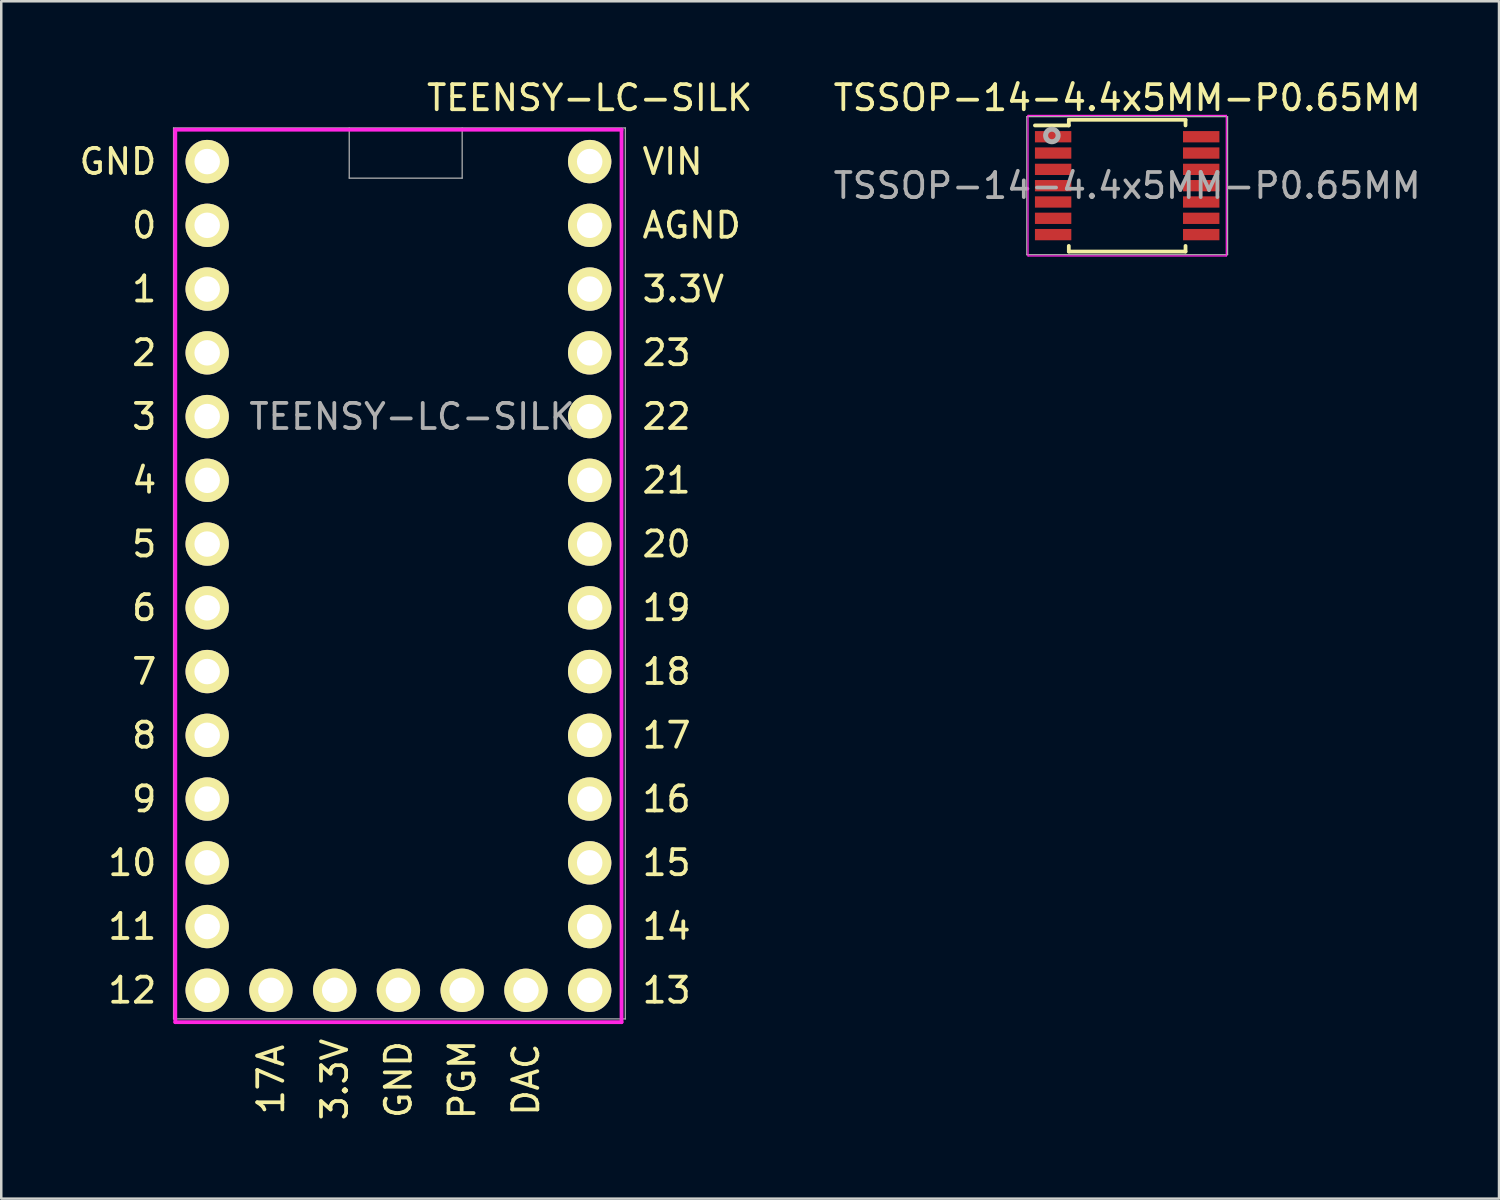
<source format=kicad_pcb>
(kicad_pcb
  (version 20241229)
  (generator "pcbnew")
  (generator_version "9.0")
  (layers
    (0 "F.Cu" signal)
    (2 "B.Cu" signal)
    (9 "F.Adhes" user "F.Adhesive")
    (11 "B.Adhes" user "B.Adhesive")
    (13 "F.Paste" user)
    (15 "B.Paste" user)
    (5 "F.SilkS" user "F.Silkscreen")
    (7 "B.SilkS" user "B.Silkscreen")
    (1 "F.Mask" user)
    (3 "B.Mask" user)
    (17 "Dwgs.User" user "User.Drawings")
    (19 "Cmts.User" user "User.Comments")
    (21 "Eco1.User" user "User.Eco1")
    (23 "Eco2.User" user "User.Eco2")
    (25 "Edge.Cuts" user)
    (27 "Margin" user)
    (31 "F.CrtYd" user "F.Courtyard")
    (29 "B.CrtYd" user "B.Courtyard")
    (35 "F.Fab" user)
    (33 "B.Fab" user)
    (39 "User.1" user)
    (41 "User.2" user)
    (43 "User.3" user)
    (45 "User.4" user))
  (footprint "TSSOP-14-4.4x5MM-P0.65MM"
    (layer "F.Cu")
    (at 41.861 4.348)
    (property "Reference" "TSSOP-14-4.4x5MM-P0.65MM" (at 0 0 0) (layer "F.Fab") (effects (font (size 1 1) (thickness 0.15))))
    (attr smd)
    (fp_line (start -2.325 -2.625) (end -2.325 -2.4) (stroke (width 0.15) (type solid)) (layer "F.SilkS"))
    (fp_line (start -2.325 -2.625) (end 2.325 -2.625) (stroke (width 0.15) (type solid)) (layer "F.SilkS"))
    (fp_line (start -2.325 -2.4) (end -3.675 -2.4) (stroke (width 0.15) (type solid)) (layer "F.SilkS"))
    (fp_line (start -2.325 2.625) (end -2.325 2.4) (stroke (width 0.15) (type solid)) (layer "F.SilkS"))
    (fp_line (start -2.325 2.625) (end 2.325 2.625) (stroke (width 0.15) (type solid)) (layer "F.SilkS"))
    (fp_line (start 2.325 -2.625) (end 2.325 -2.4) (stroke (width 0.15) (type solid)) (layer "F.SilkS"))
    (fp_line (start 2.325 2.625) (end 2.325 2.4) (stroke (width 0.15) (type solid)) (layer "F.SilkS"))
    (fp_line (start -3.95 -2.8) (end -3.95 2.8) (stroke (width 0.05) (type solid)) (layer "F.CrtYd"))
    (fp_line (start -3.95 -2.8) (end 3.95 -2.8) (stroke (width 0.05) (type solid)) (layer "F.CrtYd"))
    (fp_line (start -3.95 2.8) (end 3.95 2.8) (stroke (width 0.05) (type solid)) (layer "F.CrtYd"))
    (fp_line (start 3.95 -2.8) (end 3.95 2.8) (stroke (width 0.05) (type solid)) (layer "F.CrtYd"))
    (fp_line (start -4 -2.75) (end 4 -2.75) (stroke (width 0.05) (type solid)) (layer "F.Fab"))
    (fp_line (start -4 2.75) (end -4 -2.75) (stroke (width 0.05) (type solid)) (layer "F.Fab"))
    (fp_line (start 4 -2.75) (end 4 2.75) (stroke (width 0.05) (type solid)) (layer "F.Fab"))
    (fp_line (start 4 2.75) (end -4 2.75) (stroke (width 0.05) (type solid)) (layer "F.Fab"))
    (fp_circle (center -3 -2) (end -3 -1.75) (stroke (width 0.2) (type solid)) (fill no) (layer "F.Fab"))
    (fp_text user "${REFERENCE}" (at 0 -3.5 0) (layer "F.SilkS") (effects (font (size 1 1) (thickness 0.15))))
    (pad "1" smd rect (at -2.95 -1.95) (size 1.45 0.45) (layers "F.Cu" "F.Mask" "F.Paste"))
    (pad "2" smd rect (at -2.95 -1.3) (size 1.45 0.45) (layers "F.Cu" "F.Mask" "F.Paste"))
    (pad "3" smd rect (at -2.95 -0.65) (size 1.45 0.45) (layers "F.Cu" "F.Mask" "F.Paste"))
    (pad "4" smd rect (at -2.95 0) (size 1.45 0.45) (layers "F.Cu" "F.Mask" "F.Paste"))
    (pad "5" smd rect (at -2.95 0.65) (size 1.45 0.45) (layers "F.Cu" "F.Mask" "F.Paste"))
    (pad "6" smd rect (at -2.95 1.3) (size 1.45 0.45) (layers "F.Cu" "F.Mask" "F.Paste"))
    (pad "7" smd rect (at -2.95 1.95) (size 1.45 0.45) (layers "F.Cu" "F.Mask" "F.Paste"))
    (pad "8" smd rect (at 2.95 1.95) (size 1.45 0.45) (layers "F.Cu" "F.Mask" "F.Paste"))
    (pad "9" smd rect (at 2.95 1.3) (size 1.45 0.45) (layers "F.Cu" "F.Mask" "F.Paste"))
    (pad "10" smd rect (at 2.95 0.65) (size 1.45 0.45) (layers "F.Cu" "F.Mask" "F.Paste"))
    (pad "11" smd rect (at 2.95 0) (size 1.45 0.45) (layers "F.Cu" "F.Mask" "F.Paste"))
    (pad "12" smd rect (at 2.95 -0.65) (size 1.45 0.45) (layers "F.Cu" "F.Mask" "F.Paste"))
    (pad "13" smd rect (at 2.95 -1.3) (size 1.45 0.45) (layers "F.Cu" "F.Mask" "F.Paste"))
    (pad "14" smd rect (at 2.95 -1.95) (size 1.45 0.45) (layers "F.Cu" "F.Mask" "F.Paste")))
  (footprint "TEENSY-LC-SILK"
    (layer "F.Cu")
    (at 15.365 13.548)
    (property "Reference" "TEENSY-LC-SILK" (at -2 0 0) (layer "F.Fab") (effects (font (size 1 1) (thickness 0.15))))
    (attr through_hole)
    (fp_line (start -11.43 -11.43) (end -11.43 24.13) (stroke (width 0.152) (type solid)) (layer "F.CrtYd"))
    (fp_line (start -11.43 24.13) (end 6.35 24.13) (stroke (width 0.152) (type solid)) (layer "F.CrtYd"))
    (fp_line (start 6.35 -11.43) (end -11.43 -11.43) (stroke (width 0.152) (type solid)) (layer "F.CrtYd"))
    (fp_line (start 6.35 24.13) (end 6.35 -11.43) (stroke (width 0.152) (type solid)) (layer "F.CrtYd"))
    (fp_line (start -11.5 -11.5) (end -11.5 24) (stroke (width 0.05) (type solid)) (layer "F.Fab"))
    (fp_line (start -11.5 24) (end 6.5 24) (stroke (width 0.05) (type solid)) (layer "F.Fab"))
    (fp_line (start -4.5 -11.5) (end -4.5 -9.5) (stroke (width 0.05) (type solid)) (layer "F.Fab"))
    (fp_line (start -4.5 -9.5) (end 0 -9.5) (stroke (width 0.05) (type solid)) (layer "F.Fab"))
    (fp_line (start 0 -9.5) (end 0 -11.5) (stroke (width 0.05) (type solid)) (layer "F.Fab"))
    (fp_line (start 6.5 -11.5) (end -11.5 -11.5) (stroke (width 0.05) (type solid)) (layer "F.Fab"))
    (fp_line (start 6.5 24) (end 6.5 -11.5) (stroke (width 0.05) (type solid)) (layer "F.Fab"))
    (fp_text user "17" (at 8.144 12.7 0) (layer "F.SilkS") (effects (font (size 1 1) (thickness 0.15))))
    (fp_text user "7" (at -12.668 10.16 0) (layer "F.SilkS") (effects (font (size 1 1) (thickness 0.15))))
    (fp_text user "0" (at -12.668 -7.62 0) (layer "F.SilkS") (effects (font (size 1 1) (thickness 0.15))))
    (fp_text user "4" (at -12.668 2.54 0) (layer "F.SilkS") (effects (font (size 1 1) (thickness 0.15))))
    (fp_text user "15" (at 8.144 17.78 0) (layer "F.SilkS") (effects (font (size 1 1) (thickness 0.15))))
    (fp_text user "22" (at 8.144 0 0) (layer "F.SilkS") (effects (font (size 1 1) (thickness 0.15))))
    (fp_text user "8" (at -12.668 12.7 0) (layer "F.SilkS") (effects (font (size 1 1) (thickness 0.15))))
    (fp_text user "PGM" (at 0 26.416 90) (layer "F.SilkS") (effects (font (size 1 1) (thickness 0.15))))
    (fp_text user "1" (at -12.668 -5.08 0) (layer "F.SilkS") (effects (font (size 1 1) (thickness 0.15))))
    (fp_text user "23" (at 8.144 -2.54 0) (layer "F.SilkS") (effects (font (size 1 1) (thickness 0.15))))
    (fp_text user "3.3V" (at 8.811 -5.08 0) (layer "F.SilkS") (effects (font (size 1 1) (thickness 0.15))))
    (fp_text user "2" (at -12.668 -2.54 0) (layer "F.SilkS") (effects (font (size 1 1) (thickness 0.15))))
    (fp_text user "5" (at -12.668 5.08 0) (layer "F.SilkS") (effects (font (size 1 1) (thickness 0.15))))
    (fp_text user "14" (at 8.144 20.32 0) (layer "F.SilkS") (effects (font (size 1 1) (thickness 0.15))))
    (fp_text user "6" (at -12.668 7.62 0) (layer "F.SilkS") (effects (font (size 1 1) (thickness 0.15))))
    (fp_text user "${REFERENCE}" (at 5.08 -12.7 0) (layer "F.SilkS") (effects (font (size 1 1) (thickness 0.15))))
    (fp_text user "3" (at -12.668 0 0) (layer "F.SilkS") (effects (font (size 1 1) (thickness 0.15))))
    (fp_text user "VIN" (at 8.382 -10.16 0) (layer "F.SilkS") (effects (font (size 1 1) (thickness 0.15))))
    (fp_text user "GND" (at -2.54 26.416 90) (layer "F.SilkS") (effects (font (size 1 1) (thickness 0.15))))
    (fp_text user "19" (at 8.144 7.62 0) (layer "F.SilkS") (effects (font (size 1 1) (thickness 0.15))))
    (fp_text user "12" (at -13.145 22.86 0) (layer "F.SilkS") (effects (font (size 1 1) (thickness 0.15))))
    (fp_text user "20" (at 8.144 5.08 0) (layer "F.SilkS") (effects (font (size 1 1) (thickness 0.15))))
    (fp_text user "GND" (at -13.716 -10.16 0) (layer "F.SilkS") (effects (font (size 1 1) (thickness 0.15))))
    (fp_text user "16" (at 8.144 15.24 0) (layer "F.SilkS") (effects (font (size 1 1) (thickness 0.15))))
    (fp_text user "21" (at 8.144 2.54 0) (layer "F.SilkS") (effects (font (size 1 1) (thickness 0.15))))
    (fp_text user "AGND" (at 9.144 -7.62 0) (layer "F.SilkS") (effects (font (size 1 1) (thickness 0.15))))
    (fp_text user "13" (at 8.144 22.86 0) (layer "F.SilkS") (effects (font (size 1 1) (thickness 0.15))))
    (fp_text user "9" (at -12.668 15.24 0) (layer "F.SilkS") (effects (font (size 1 1) (thickness 0.15))))
    (fp_text user "18" (at 8.144 10.16 0) (layer "F.SilkS") (effects (font (size 1 1) (thickness 0.15))))
    (fp_text user "DAC" (at 2.54 26.416 90) (layer "F.SilkS") (effects (font (size 1 1) (thickness 0.15))))
    (fp_text user "3.3V" (at -5.08 26.416 90) (layer "F.SilkS") (effects (font (size 1 1) (thickness 0.15))))
    (fp_text user "11" (at -13.145 20.32 0) (layer "F.SilkS") (effects (font (size 1 1) (thickness 0.15))))
    (fp_text user "10" (at -13.145 17.78 0) (layer "F.SilkS") (effects (font (size 1 1) (thickness 0.15))))
    (fp_text user "17A" (at -7.62 26.416 90) (layer "F.SilkS") (effects (font (size 1 1) (thickness 0.15))))
    (pad "0" thru_hole circle (at -10.16 -7.62) (size 1.727 1.727) (drill 1.016) (layers "*.Cu" "*.Mask" "F.SilkS"))
    (pad "1" thru_hole circle (at -10.16 -5.08) (size 1.727 1.727) (drill 1.016) (layers "*.Cu" "*.Mask" "F.SilkS"))
    (pad "2" thru_hole circle (at -10.16 -2.54) (size 1.727 1.727) (drill 1.016) (layers "*.Cu" "*.Mask" "F.SilkS"))
    (pad "3" thru_hole circle (at -10.16 0) (size 1.727 1.727) (drill 1.016) (layers "*.Cu" "*.Mask" "F.SilkS"))
    (pad "3V1" thru_hole circle (at -5.08 22.86) (size 1.727 1.727) (drill 1.016) (layers "*.Cu" "*.Mask" "F.SilkS"))
    (pad "3V2" thru_hole circle (at 5.08 -5.08) (size 1.727 1.727) (drill 1.016) (layers "*.Cu" "*.Mask" "F.SilkS"))
    (pad "4" thru_hole circle (at -10.16 2.54) (size 1.727 1.727) (drill 1.016) (layers "*.Cu" "*.Mask" "F.SilkS"))
    (pad "5" thru_hole circle (at -10.16 5.08) (size 1.727 1.727) (drill 1.016) (layers "*.Cu" "*.Mask" "F.SilkS"))
    (pad "6" thru_hole circle (at -10.16 7.62) (size 1.727 1.727) (drill 1.016) (layers "*.Cu" "*.Mask" "F.SilkS"))
    (pad "7" thru_hole circle (at -10.16 10.16) (size 1.727 1.727) (drill 1.016) (layers "*.Cu" "*.Mask" "F.SilkS"))
    (pad "8" thru_hole circle (at -10.16 12.7) (size 1.727 1.727) (drill 1.016) (layers "*.Cu" "*.Mask" "F.SilkS"))
    (pad "9" thru_hole circle (at -10.16 15.24) (size 1.727 1.727) (drill 1.016) (layers "*.Cu" "*.Mask" "F.SilkS"))
    (pad "10" thru_hole circle (at -10.16 17.78) (size 1.727 1.727) (drill 1.016) (layers "*.Cu" "*.Mask" "F.SilkS"))
    (pad "11" thru_hole circle (at -10.16 20.32) (size 1.727 1.727) (drill 1.016) (layers "*.Cu" "*.Mask" "F.SilkS"))
    (pad "12" thru_hole circle (at -10.16 22.86) (size 1.727 1.727) (drill 1.016) (layers "*.Cu" "*.Mask" "F.SilkS"))
    (pad "13" thru_hole circle (at 5.08 22.86) (size 1.727 1.727) (drill 1.016) (layers "*.Cu" "*.Mask" "F.SilkS"))
    (pad "14" thru_hole circle (at 5.08 20.32) (size 1.727 1.727) (drill 1.016) (layers "*.Cu" "*.Mask" "F.SilkS"))
    (pad "15" thru_hole circle (at 5.08 17.78) (size 1.727 1.727) (drill 1.016) (layers "*.Cu" "*.Mask" "F.SilkS"))
    (pad "16" thru_hole circle (at 5.08 15.24) (size 1.727 1.727) (drill 1.016) (layers "*.Cu" "*.Mask" "F.SilkS"))
    (pad "17" thru_hole circle (at 5.08 12.7) (size 1.727 1.727) (drill 1.016) (layers "*.Cu" "*.Mask" "F.SilkS"))
    (pad "17A" thru_hole circle (at -7.62 22.86) (size 1.727 1.727) (drill 1.016) (layers "*.Cu" "*.Mask" "F.SilkS"))
    (pad "18" thru_hole circle (at 5.08 10.16) (size 1.727 1.727) (drill 1.016) (layers "*.Cu" "*.Mask" "F.SilkS"))
    (pad "19" thru_hole circle (at 5.08 7.62) (size 1.727 1.727) (drill 1.016) (layers "*.Cu" "*.Mask" "F.SilkS"))
    (pad "20" thru_hole circle (at 5.08 5.08) (size 1.727 1.727) (drill 1.016) (layers "*.Cu" "*.Mask" "F.SilkS"))
    (pad "21" thru_hole circle (at 5.08 2.54) (size 1.727 1.727) (drill 1.016) (layers "*.Cu" "*.Mask" "F.SilkS"))
    (pad "22" thru_hole circle (at 5.08 0) (size 1.727 1.727) (drill 1.016) (layers "*.Cu" "*.Mask" "F.SilkS"))
    (pad "23" thru_hole circle (at 5.08 -2.54) (size 1.727 1.727) (drill 1.016) (layers "*.Cu" "*.Mask" "F.SilkS"))
    (pad "AG" thru_hole circle (at 5.08 -7.62) (size 1.727 1.727) (drill 1.016) (layers "*.Cu" "*.Mask" "F.SilkS"))
    (pad "DAC" thru_hole circle (at 2.54 22.86) (size 1.727 1.727) (drill 1.016) (layers "*.Cu" "*.Mask" "F.SilkS"))
    (pad "G1" thru_hole circle (at -10.16 -10.16) (size 1.727 1.727) (drill 1.016) (layers "*.Cu" "*.Mask" "F.SilkS"))
    (pad "G2" thru_hole circle (at -2.54 22.86) (size 1.727 1.727) (drill 1.016) (layers "*.Cu" "*.Mask" "F.SilkS"))
    (pad "PGM" thru_hole circle (at 0 22.86) (size 1.727 1.727) (drill 1.016) (layers "*.Cu" "*.Mask" "F.SilkS"))
    (pad "VIN" thru_hole circle (at 5.08 -10.16) (size 1.727 1.727) (drill 1.016) (layers "*.Cu" "*.Mask" "F.SilkS")))
  (gr_rect
    (start -3 -3)
    (end 56.677 44.708)
    (stroke (width 0.1) (type default))
    (fill no)
    (layer "Edge.Cuts")))
</source>
